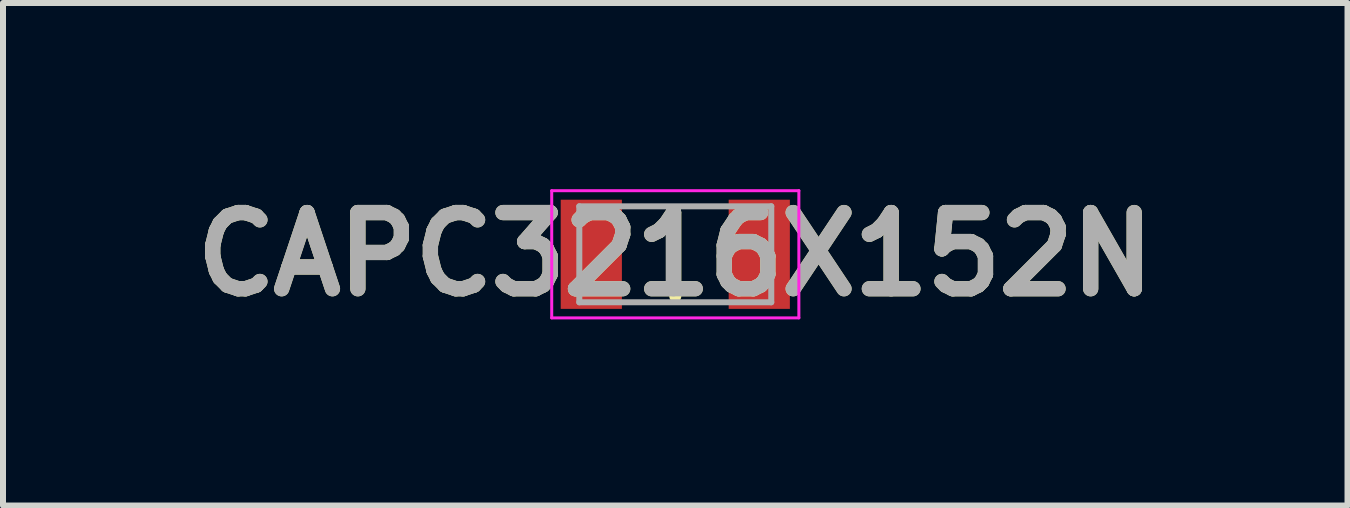
<source format=kicad_pcb>
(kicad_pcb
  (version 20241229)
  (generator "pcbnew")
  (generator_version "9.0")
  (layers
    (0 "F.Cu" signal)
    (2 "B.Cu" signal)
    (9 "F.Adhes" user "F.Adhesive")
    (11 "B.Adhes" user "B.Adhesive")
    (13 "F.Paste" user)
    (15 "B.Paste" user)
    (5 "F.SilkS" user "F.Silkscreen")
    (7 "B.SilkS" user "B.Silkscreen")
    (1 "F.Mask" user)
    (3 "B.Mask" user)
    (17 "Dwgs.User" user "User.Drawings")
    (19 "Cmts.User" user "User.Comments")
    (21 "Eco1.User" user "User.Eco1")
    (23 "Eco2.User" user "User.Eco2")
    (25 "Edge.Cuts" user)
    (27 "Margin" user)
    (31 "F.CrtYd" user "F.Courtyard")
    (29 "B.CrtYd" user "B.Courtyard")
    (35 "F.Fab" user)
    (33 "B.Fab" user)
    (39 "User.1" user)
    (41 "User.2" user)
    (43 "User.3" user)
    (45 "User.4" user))
  (footprint "CAPC3216X152N"
    (layer "F.Cu")
    (at 8.207 1.189)
    (property "Reference" "CAPC3216X152N" (at 0 0 0) (layer "F.SilkS") (effects (font (size 1.27 1.27) (thickness 0.254))))
    (attr smd)
    (fp_line (start 0 -0.7) (end 0 0.7) (stroke (width 0.2) (type solid)) (layer "F.SilkS"))
    (fp_line (start -2.06 -1.06) (end 2.06 -1.06) (stroke (width 0.05) (type solid)) (layer "F.CrtYd"))
    (fp_line (start -2.06 1.06) (end -2.06 -1.06) (stroke (width 0.05) (type solid)) (layer "F.CrtYd"))
    (fp_line (start 2.06 -1.06) (end 2.06 1.06) (stroke (width 0.05) (type solid)) (layer "F.CrtYd"))
    (fp_line (start 2.06 1.06) (end -2.06 1.06) (stroke (width 0.05) (type solid)) (layer "F.CrtYd"))
    (fp_line (start -1.6 -0.8) (end 1.6 -0.8) (stroke (width 0.1) (type solid)) (layer "F.Fab"))
    (fp_line (start -1.6 0.8) (end -1.6 -0.8) (stroke (width 0.1) (type solid)) (layer "F.Fab"))
    (fp_line (start 1.6 -0.8) (end 1.6 0.8) (stroke (width 0.1) (type solid)) (layer "F.Fab"))
    (fp_line (start 1.6 0.8) (end -1.6 0.8) (stroke (width 0.1) (type solid)) (layer "F.Fab"))
    (fp_text user "${REFERENCE}" (at 0 0 0) (layer "F.Fab") (effects (font (size 1.27 1.27) (thickness 0.254))))
    (pad "1" smd rect (at -1.4 0) (size 1.02 1.82) (layers "F.Cu" "F.Mask" "F.Paste"))
    (pad "2" smd rect (at 1.4 0) (size 1.02 1.82) (layers "F.Cu" "F.Mask" "F.Paste")))
  (gr_rect
    (start -3 -3)
    (end 19.413 5.377)
    (stroke (width 0.1) (type default))
    (fill no)
    (layer "Edge.Cuts")))
</source>
